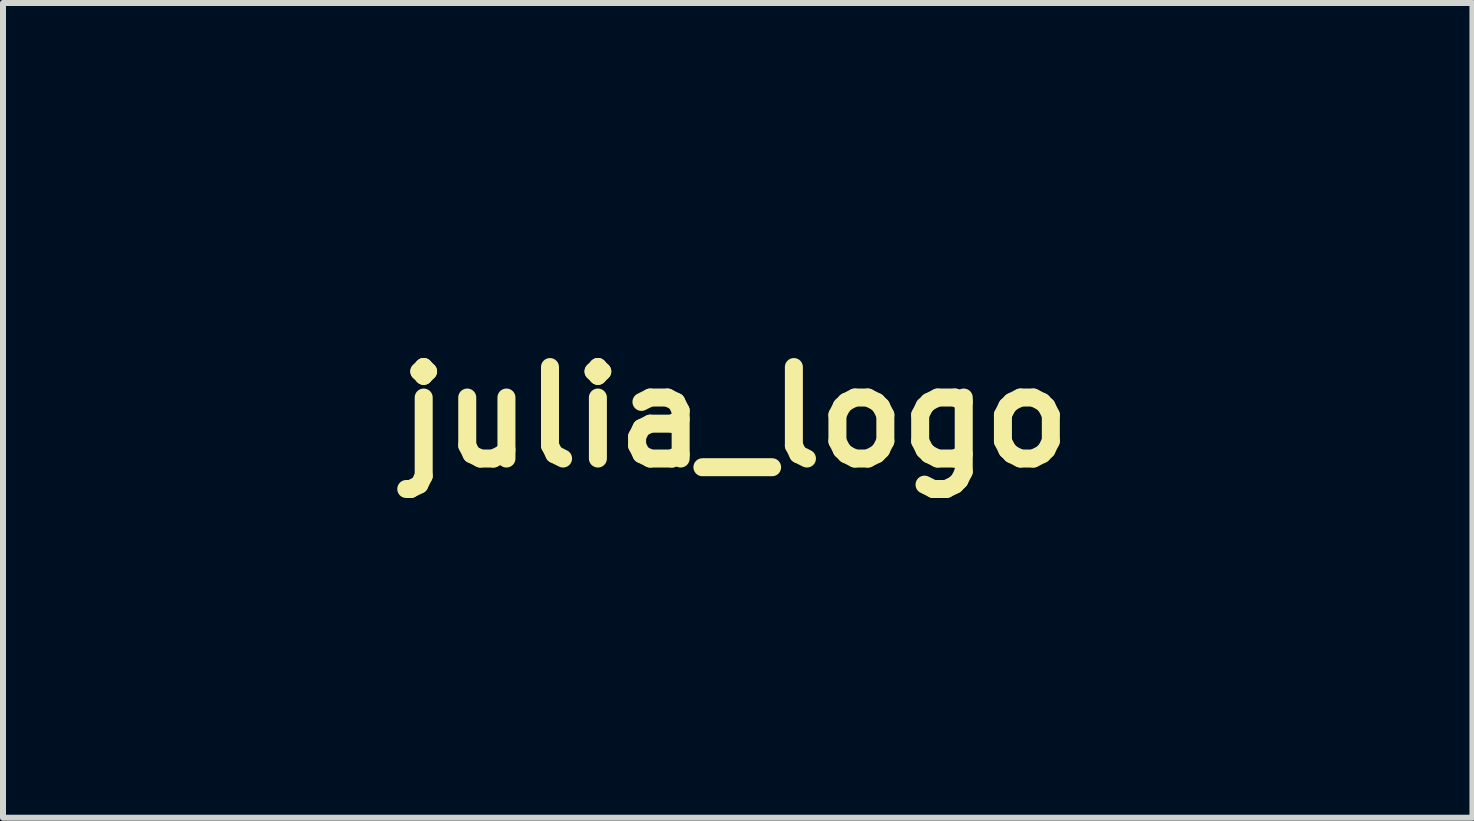
<source format=kicad_pcb>
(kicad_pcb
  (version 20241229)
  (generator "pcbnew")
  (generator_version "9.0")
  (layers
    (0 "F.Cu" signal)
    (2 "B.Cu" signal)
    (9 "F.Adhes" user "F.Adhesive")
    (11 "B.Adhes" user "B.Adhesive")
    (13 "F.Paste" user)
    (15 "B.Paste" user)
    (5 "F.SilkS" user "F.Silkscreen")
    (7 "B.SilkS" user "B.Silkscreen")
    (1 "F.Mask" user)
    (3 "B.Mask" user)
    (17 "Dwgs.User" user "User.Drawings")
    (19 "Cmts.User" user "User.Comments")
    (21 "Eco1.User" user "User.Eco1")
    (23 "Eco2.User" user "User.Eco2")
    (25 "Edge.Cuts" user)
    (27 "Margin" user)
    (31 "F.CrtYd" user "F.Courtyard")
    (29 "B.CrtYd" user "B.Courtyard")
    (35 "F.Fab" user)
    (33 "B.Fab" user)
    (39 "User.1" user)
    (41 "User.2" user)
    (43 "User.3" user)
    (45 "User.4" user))
  (footprint "julia_logo"
    (layer "F.Cu")
    (at 9.199 3.901)
    (property "Reference" "julia_logo" (at 0 0 0) (layer "F.SilkS") (effects (font (size 1.524 1.524) (thickness 0.3))))
    (attr through_hole)
    (fp_poly (pts (xy 4.298 1.749) (xy 4.289 1.758) (xy 4.279 1.749) (xy 4.289 1.739) (xy 4.298 1.749)) (stroke (width 0.01) (type solid)) (fill yes) (layer "F.Mask"))
    (fp_poly (pts (xy -7.873 -2.991) (xy -7.835 -2.976) (xy -7.758 -2.916) (xy -7.705 -2.836) (xy -7.679 -2.744) (xy -7.685 -2.65) (xy -7.704 -2.599) (xy -7.757 -2.534) (xy -7.834 -2.487) (xy -7.923 -2.464) (xy -8.011 -2.47) (xy -8.03 -2.476) (xy -8.081 -2.507) (xy -8.135 -2.559) (xy -8.177 -2.618) (xy -8.179 -2.622) (xy -8.205 -2.709) (xy -8.199 -2.794) (xy -8.165 -2.871) (xy -8.11 -2.935) (xy -8.039 -2.981) (xy -7.958 -3.001) (xy -7.873 -2.991)) (stroke (width 0.01) (type solid)) (fill yes) (layer "F.Mask"))
    (fp_poly (pts (xy -7.859 2.174) (xy -7.798 2.206) (xy -7.741 2.263) (xy -7.694 2.34) (xy -7.665 2.421) (xy -7.66 2.461) (xy -7.673 2.529) (xy -7.707 2.604) (xy -7.755 2.669) (xy -7.794 2.702) (xy -7.874 2.729) (xy -7.967 2.733) (xy -8.055 2.711) (xy -8.084 2.696) (xy -8.163 2.627) (xy -8.211 2.535) (xy -8.226 2.438) (xy -8.217 2.346) (xy -8.187 2.276) (xy -8.13 2.215) (xy -8.122 2.208) (xy -8.044 2.168) (xy -7.952 2.157) (xy -7.859 2.174)) (stroke (width 0.01) (type solid)) (fill yes) (layer "F.Mask"))
    (fp_poly (pts (xy 8.198 -3.014) (xy 8.204 -3.012) (xy 8.292 -2.968) (xy 8.355 -2.903) (xy 8.391 -2.823) (xy 8.401 -2.737) (xy 8.381 -2.652) (xy 8.333 -2.576) (xy 8.265 -2.523) (xy 8.186 -2.494) (xy 8.097 -2.483) (xy 8.017 -2.493) (xy 8.011 -2.495) (xy 7.96 -2.527) (xy 7.906 -2.579) (xy 7.864 -2.638) (xy 7.862 -2.642) (xy 7.835 -2.73) (xy 7.842 -2.816) (xy 7.877 -2.894) (xy 7.936 -2.958) (xy 8.012 -3.004) (xy 8.102 -3.024) (xy 8.198 -3.014)) (stroke (width 0.01) (type solid)) (fill yes) (layer "F.Mask"))
    (fp_poly (pts (xy 8.163 2.129) (xy 8.233 2.162) (xy 8.304 2.22) (xy 8.363 2.291) (xy 8.38 2.319) (xy 8.399 2.395) (xy 8.393 2.483) (xy 8.364 2.57) (xy 8.318 2.643) (xy 8.264 2.687) (xy 8.178 2.717) (xy 8.087 2.725) (xy 8.022 2.716) (xy 7.973 2.691) (xy 7.917 2.65) (xy 7.9 2.634) (xy 7.839 2.553) (xy 7.81 2.464) (xy 7.809 2.374) (xy 7.834 2.289) (xy 7.881 2.215) (xy 7.947 2.158) (xy 8.029 2.124) (xy 8.123 2.121) (xy 8.163 2.129)) (stroke (width 0.01) (type solid)) (fill yes) (layer "F.Mask"))
    (fp_poly (pts (xy 1.495 -1.371) (xy 1.616 -1.324) (xy 1.713 -1.246) (xy 1.785 -1.139) (xy 1.83 -1.003) (xy 1.837 -0.967) (xy 1.846 -0.877) (xy 1.84 -0.815) (xy 1.819 -0.784) (xy 1.807 -0.782) (xy 1.784 -0.765) (xy 1.76 -0.726) (xy 1.759 -0.724) (xy 1.71 -0.646) (xy 1.636 -0.57) (xy 1.546 -0.507) (xy 1.517 -0.492) (xy 1.396 -0.456) (xy 1.27 -0.457) (xy 1.182 -0.481) (xy 1.12 -0.503) (xy 1.065 -0.519) (xy 1.055 -0.522) (xy 0.976 -0.558) (xy 0.911 -0.626) (xy 0.864 -0.721) (xy 0.837 -0.836) (xy 0.833 -0.908) (xy 0.835 -0.992) (xy 0.847 -1.056) (xy 0.872 -1.118) (xy 0.89 -1.152) (xy 0.957 -1.25) (xy 1.04 -1.32) (xy 1.144 -1.364) (xy 1.275 -1.385) (xy 1.351 -1.387) (xy 1.495 -1.371)) (stroke (width 0.01) (type solid)) (fill yes) (layer "F.Mask"))
    (fp_poly (pts (xy 1.76 -0.313) (xy 1.764 -0.28) (xy 1.768 -0.215) (xy 1.771 -0.122) (xy 1.773 -0.007) (xy 1.775 0.124) (xy 1.776 0.254) (xy 1.777 0.395) (xy 1.779 0.567) (xy 1.782 0.762) (xy 1.786 0.97) (xy 1.79 1.184) (xy 1.794 1.395) (xy 1.799 1.583) (xy 1.819 2.393) (xy 1.777 2.427) (xy 1.759 2.439) (xy 1.734 2.447) (xy 1.697 2.453) (xy 1.642 2.457) (xy 1.563 2.458) (xy 1.456 2.458) (xy 1.333 2.457) (xy 1.195 2.455) (xy 1.091 2.452) (xy 1.014 2.449) (xy 0.961 2.443) (xy 0.925 2.436) (xy 0.9 2.426) (xy 0.887 2.417) (xy 0.868 2.4) (xy 0.855 2.379) (xy 0.849 2.347) (xy 0.847 2.295) (xy 0.848 2.216) (xy 0.85 2.163) (xy 0.851 2.103) (xy 0.853 2.008) (xy 0.854 1.882) (xy 0.856 1.731) (xy 0.857 1.557) (xy 0.858 1.367) (xy 0.859 1.164) (xy 0.86 0.952) (xy 0.86 0.805) (xy 0.861 0.552) (xy 0.862 0.336) (xy 0.863 0.154) (xy 0.865 0.005) (xy 0.868 -0.115) (xy 0.871 -0.206) (xy 0.874 -0.273) (xy 0.878 -0.316) (xy 0.883 -0.339) (xy 0.886 -0.344) (xy 0.912 -0.346) (xy 0.971 -0.349) (xy 1.057 -0.352) (xy 1.163 -0.355) (xy 1.285 -0.357) (xy 1.328 -0.357) (xy 1.747 -0.361) (xy 1.76 -0.313)) (stroke (width 0.01) (type solid)) (fill yes) (layer "F.Mask"))
    (fp_poly (pts (xy -0.054 -1.408) (xy 0.058 -1.406) (xy 0.161 -1.403) (xy 0.247 -1.399) (xy 0.309 -1.393) (xy 0.342 -1.385) (xy 0.344 -1.383) (xy 0.35 -1.372) (xy 0.355 -1.357) (xy 0.359 -1.334) (xy 0.361 -1.299) (xy 0.363 -1.249) (xy 0.365 -1.179) (xy 0.365 -1.086) (xy 0.365 -0.965) (xy 0.365 -0.813) (xy 0.364 -0.626) (xy 0.364 -0.625) (xy 0.364 -0.484) (xy 0.363 -0.31) (xy 0.363 -0.109) (xy 0.362 0.112) (xy 0.362 0.348) (xy 0.362 0.592) (xy 0.362 0.838) (xy 0.361 1.08) (xy 0.361 1.206) (xy 0.361 2.402) (xy 0.318 2.433) (xy 0.297 2.444) (xy 0.264 2.451) (xy 0.216 2.457) (xy 0.146 2.46) (xy 0.048 2.46) (xy -0.083 2.46) (xy -0.102 2.46) (xy -0.478 2.456) (xy -0.53 2.403) (xy -0.566 2.358) (xy -0.577 2.311) (xy -0.575 2.275) (xy -0.574 2.244) (xy -0.572 2.177) (xy -0.571 2.077) (xy -0.569 1.947) (xy -0.568 1.789) (xy -0.566 1.607) (xy -0.565 1.403) (xy -0.563 1.18) (xy -0.562 0.941) (xy -0.561 0.69) (xy -0.56 0.428) (xy -0.56 0.418) (xy -0.558 0.157) (xy -0.557 -0.093) (xy -0.555 -0.329) (xy -0.554 -0.548) (xy -0.552 -0.748) (xy -0.55 -0.925) (xy -0.547 -1.078) (xy -0.545 -1.203) (xy -0.543 -1.298) (xy -0.541 -1.359) (xy -0.539 -1.384) (xy -0.539 -1.385) (xy -0.515 -1.393) (xy -0.459 -1.399) (xy -0.378 -1.403) (xy -0.279 -1.406) (xy -0.169 -1.408) (xy -0.054 -1.408)) (stroke (width 0.01) (type solid)) (fill yes) (layer "F.Mask"))
    (fp_poly (pts (xy -1.273 -0.454) (xy -1.194 -0.45) (xy -1.14 -0.445) (xy -1.119 -0.438) (xy -1.106 -0.423) (xy -1.095 -0.405) (xy -1.085 -0.382) (xy -1.078 -0.35) (xy -1.071 -0.306) (xy -1.066 -0.248) (xy -1.062 -0.172) (xy -1.06 -0.075) (xy -1.057 0.045) (xy -1.056 0.193) (xy -1.055 0.37) (xy -1.054 0.581) (xy -1.054 0.827) (xy -1.054 0.833) (xy -1.053 1.118) (xy -1.053 1.367) (xy -1.052 1.581) (xy -1.052 1.764) (xy -1.052 1.918) (xy -1.052 2.046) (xy -1.053 2.15) (xy -1.054 2.232) (xy -1.056 2.296) (xy -1.058 2.344) (xy -1.06 2.378) (xy -1.064 2.401) (xy -1.068 2.415) (xy -1.072 2.423) (xy -1.078 2.427) (xy -1.084 2.431) (xy -1.089 2.434) (xy -1.121 2.444) (xy -1.185 2.452) (xy -1.273 2.457) (xy -1.377 2.461) (xy -1.491 2.463) (xy -1.605 2.462) (xy -1.714 2.459) (xy -1.809 2.455) (xy -1.884 2.448) (xy -1.929 2.439) (xy -1.934 2.437) (xy -1.964 2.416) (xy -1.981 2.382) (xy -1.992 2.325) (xy -1.995 2.299) (xy -2.004 2.236) (xy -2.013 2.19) (xy -2.02 2.174) (xy -2.043 2.173) (xy -2.09 2.193) (xy -2.164 2.236) (xy -2.26 2.299) (xy -2.4 2.373) (xy -2.563 2.425) (xy -2.735 2.453) (xy -2.907 2.454) (xy -3.038 2.434) (xy -3.208 2.375) (xy -3.355 2.285) (xy -3.478 2.164) (xy -3.577 2.012) (xy -3.631 1.89) (xy -3.654 1.822) (xy -3.669 1.764) (xy -3.673 1.735) (xy -3.686 1.686) (xy -3.703 1.661) (xy -3.709 1.65) (xy -3.714 1.63) (xy -3.719 1.599) (xy -3.722 1.553) (xy -3.724 1.489) (xy -3.725 1.404) (xy -3.725 1.294) (xy -3.724 1.158) (xy -3.722 0.99) (xy -3.719 0.789) (xy -3.717 0.638) (xy -3.714 0.428) (xy -3.713 0.236) (xy -3.712 0.066) (xy -3.712 -0.079) (xy -3.712 -0.197) (xy -3.714 -0.285) (xy -3.717 -0.339) (xy -3.72 -0.358) (xy -3.725 -0.376) (xy -3.714 -0.406) (xy -3.706 -0.421) (xy -3.693 -0.431) (xy -3.671 -0.439) (xy -3.636 -0.444) (xy -3.581 -0.447) (xy -3.501 -0.449) (xy -3.391 -0.449) (xy -3.282 -0.449) (xy -3.133 -0.449) (xy -3.018 -0.448) (xy -2.934 -0.442) (xy -2.874 -0.43) (xy -2.834 -0.41) (xy -2.811 -0.378) (xy -2.798 -0.332) (xy -2.791 -0.27) (xy -2.786 -0.192) (xy -2.783 -0.128) (xy -2.78 -0.03) (xy -2.777 0.094) (xy -2.773 0.237) (xy -2.77 0.395) (xy -2.768 0.56) (xy -2.766 0.645) (xy -2.763 0.858) (xy -2.759 1.036) (xy -2.752 1.182) (xy -2.743 1.3) (xy -2.73 1.393) (xy -2.712 1.464) (xy -2.689 1.518) (xy -2.66 1.558) (xy -2.625 1.587) (xy -2.581 1.61) (xy -2.54 1.625) (xy -2.471 1.645) (xy -2.407 1.651) (xy -2.335 1.643) (xy -2.245 1.622) (xy -2.196 1.607) (xy -2.113 1.579) (xy -2.058 1.55) (xy -2.025 1.51) (xy -2.008 1.451) (xy -2.001 1.364) (xy -2 1.336) (xy -1.995 1.228) (xy -1.99 1.106) (xy -1.985 0.995) (xy -1.984 0.987) (xy -1.982 0.922) (xy -1.98 0.825) (xy -1.978 0.702) (xy -1.976 0.56) (xy -1.975 0.406) (xy -1.974 0.246) (xy -1.974 0.205) (xy -1.973 0.054) (xy -1.972 -0.084) (xy -1.969 -0.205) (xy -1.967 -0.305) (xy -1.963 -0.377) (xy -1.96 -0.417) (xy -1.958 -0.424) (xy -1.934 -0.432) (xy -1.879 -0.439) (xy -1.798 -0.445) (xy -1.7 -0.45) (xy -1.591 -0.453) (xy -1.479 -0.455) (xy -1.371 -0.455) (xy -1.273 -0.454)) (stroke (width 0.01) (type solid)) (fill yes) (layer "F.Mask"))
    (fp_poly (pts (xy -4.937 -2.506) (xy -4.716 -2.505) (xy -4.509 -2.505) (xy -4.32 -2.504) (xy -4.152 -2.502) (xy -4.008 -2.501) (xy -3.891 -2.499) (xy -3.804 -2.498) (xy -3.75 -2.496) (xy -3.732 -2.494) (xy -3.732 -2.466) (xy -3.732 -2.446) (xy -3.746 -2.418) (xy -3.786 -2.374) (xy -3.843 -2.32) (xy -3.867 -2.3) (xy -3.97 -2.203) (xy -4.062 -2.094) (xy -4.135 -1.983) (xy -4.182 -1.879) (xy -4.185 -1.869) (xy -4.206 -1.813) (xy -4.23 -1.773) (xy -4.237 -1.766) (xy -4.242 -1.758) (xy -4.247 -1.739) (xy -4.251 -1.707) (xy -4.254 -1.66) (xy -4.257 -1.596) (xy -4.26 -1.511) (xy -4.262 -1.404) (xy -4.264 -1.271) (xy -4.265 -1.112) (xy -4.266 -0.922) (xy -4.268 -0.7) (xy -4.268 -0.443) (xy -4.269 -0.233) (xy -4.273 1.28) (xy -4.326 1.436) (xy -4.372 1.55) (xy -4.419 1.627) (xy -4.436 1.645) (xy -4.473 1.687) (xy -4.493 1.724) (xy -4.494 1.731) (xy -4.507 1.759) (xy -4.543 1.805) (xy -4.595 1.862) (xy -4.626 1.893) (xy -4.689 1.956) (xy -4.746 2.014) (xy -4.787 2.059) (xy -4.798 2.071) (xy -4.876 2.15) (xy -4.952 2.203) (xy -4.997 2.219) (xy -5.055 2.236) (xy -5.109 2.257) (xy -5.295 2.328) (xy -5.49 2.386) (xy -5.572 2.401) (xy -5.686 2.414) (xy -5.826 2.424) (xy -5.983 2.43) (xy -6.153 2.434) (xy -6.327 2.434) (xy -6.499 2.43) (xy -6.662 2.423) (xy -6.809 2.413) (xy -6.829 2.411) (xy -6.93 2.401) (xy -7.02 2.395) (xy -7.09 2.391) (xy -7.131 2.391) (xy -7.136 2.392) (xy -7.165 2.386) (xy -7.171 2.372) (xy -7.187 2.35) (xy -7.21 2.345) (xy -7.238 2.335) (xy -7.248 2.301) (xy -7.249 2.286) (xy -7.253 2.245) (xy -7.263 2.227) (xy -7.263 2.227) (xy -7.27 2.21) (xy -7.274 2.168) (xy -7.276 2.115) (xy -7.275 2.065) (xy -7.27 2.032) (xy -7.268 2.008) (xy -7.264 1.953) (xy -7.259 1.875) (xy -7.254 1.782) (xy -7.249 1.682) (xy -7.245 1.584) (xy -7.242 1.496) (xy -7.241 1.489) (xy -7.235 1.403) (xy -7.225 1.338) (xy -7.211 1.3) (xy -7.195 1.293) (xy -7.179 1.32) (xy -7.179 1.32) (xy -7.154 1.385) (xy -7.128 1.43) (xy -7.108 1.446) (xy -7.103 1.432) (xy -7.113 1.405) (xy -7.126 1.369) (xy -7.123 1.353) (xy -7.101 1.354) (xy -7.05 1.365) (xy -6.978 1.384) (xy -6.912 1.404) (xy -6.76 1.445) (xy -6.616 1.47) (xy -6.468 1.48) (xy -6.304 1.475) (xy -6.175 1.464) (xy -5.93 1.438) (xy -5.824 1.339) (xy -5.738 1.243) (xy -5.669 1.129) (xy -5.653 1.096) (xy -5.624 1.031) (xy -5.604 0.973) (xy -5.59 0.912) (xy -5.58 0.838) (xy -5.571 0.739) (xy -5.568 0.695) (xy -5.565 0.624) (xy -5.561 0.524) (xy -5.558 0.399) (xy -5.555 0.254) (xy -5.553 0.093) (xy -5.55 -0.08) (xy -5.549 -0.261) (xy -5.547 -0.445) (xy -5.546 -0.628) (xy -5.546 -0.806) (xy -5.546 -0.975) (xy -5.546 -1.13) (xy -5.547 -1.268) (xy -5.549 -1.384) (xy -5.551 -1.474) (xy -5.554 -1.533) (xy -5.557 -1.558) (xy -5.557 -1.558) (xy -5.58 -1.562) (xy -5.636 -1.566) (xy -5.721 -1.569) (xy -5.829 -1.571) (xy -5.955 -1.572) (xy -6.08 -1.573) (xy -6.588 -1.573) (xy -6.627 -1.621) (xy -6.655 -1.673) (xy -6.656 -1.735) (xy -6.655 -1.738) (xy -6.651 -1.781) (xy -6.648 -1.855) (xy -6.645 -1.95) (xy -6.643 -2.06) (xy -6.643 -2.13) (xy -6.642 -2.239) (xy -6.639 -2.336) (xy -6.635 -2.414) (xy -6.63 -2.464) (xy -6.626 -2.479) (xy -6.617 -2.484) (xy -6.596 -2.488) (xy -6.559 -2.492) (xy -6.506 -2.495) (xy -6.433 -2.498) (xy -6.338 -2.5) (xy -6.218 -2.502) (xy -6.071 -2.503) (xy -5.895 -2.504) (xy -5.687 -2.505) (xy -5.445 -2.505) (xy -5.17 -2.506) (xy -4.937 -2.506)) (stroke (width 0.01) (type solid)) (fill yes) (layer "F.Mask"))
    (fp_poly (pts (xy 5.314 -2.613) (xy 5.416 -2.608) (xy 5.493 -2.6) (xy 5.532 -2.59) (xy 5.603 -2.57) (xy 5.678 -2.56) (xy 5.687 -2.56) (xy 5.748 -2.551) (xy 5.834 -2.527) (xy 5.937 -2.492) (xy 6.046 -2.449) (xy 6.153 -2.401) (xy 6.243 -2.355) (xy 6.314 -2.311) (xy 6.4 -2.253) (xy 6.485 -2.191) (xy 6.507 -2.174) (xy 6.584 -2.115) (xy 6.664 -2.059) (xy 6.731 -2.014) (xy 6.749 -2.004) (xy 6.836 -1.943) (xy 6.935 -1.858) (xy 7.036 -1.757) (xy 7.131 -1.649) (xy 7.212 -1.543) (xy 7.264 -1.461) (xy 7.301 -1.391) (xy 7.33 -1.331) (xy 7.345 -1.293) (xy 7.347 -1.286) (xy 7.354 -1.255) (xy 7.373 -1.202) (xy 7.396 -1.143) (xy 7.441 -1.011) (xy 7.481 -0.847) (xy 7.513 -0.657) (xy 7.538 -0.448) (xy 7.553 -0.226) (xy 7.554 -0.205) (xy 7.556 -0.023) (xy 7.546 0.164) (xy 7.527 0.345) (xy 7.499 0.51) (xy 7.465 0.642) (xy 7.444 0.712) (xy 7.43 0.772) (xy 7.425 0.806) (xy 7.417 0.848) (xy 7.398 0.904) (xy 7.394 0.915) (xy 7.365 0.982) (xy 7.337 1.047) (xy 7.335 1.051) (xy 7.316 1.101) (xy 7.307 1.139) (xy 7.307 1.141) (xy 7.294 1.175) (xy 7.279 1.191) (xy 7.255 1.226) (xy 7.239 1.271) (xy 7.225 1.312) (xy 7.208 1.329) (xy 7.208 1.329) (xy 7.192 1.344) (xy 7.19 1.357) (xy 7.175 1.388) (xy 7.14 1.419) (xy 7.124 1.428) (xy 7.101 1.435) (xy 7.067 1.44) (xy 7.02 1.445) (xy 6.954 1.448) (xy 6.867 1.45) (xy 6.753 1.452) (xy 6.61 1.453) (xy 6.434 1.454) (xy 6.338 1.454) (xy 5.587 1.456) (xy 5.556 1.373) (xy 5.532 1.323) (xy 5.507 1.293) (xy 5.498 1.29) (xy 5.467 1.297) (xy 5.414 1.317) (xy 5.369 1.337) (xy 5.225 1.395) (xy 5.083 1.437) (xy 4.953 1.461) (xy 4.885 1.465) (xy 4.821 1.469) (xy 4.774 1.477) (xy 4.757 1.486) (xy 4.73 1.497) (xy 4.675 1.497) (xy 4.601 1.488) (xy 4.517 1.471) (xy 4.433 1.448) (xy 4.417 1.443) (xy 4.26 1.371) (xy 4.114 1.265) (xy 4.018 1.172) (xy 3.898 1.021) (xy 3.801 0.852) (xy 3.726 0.661) (xy 3.673 0.444) (xy 3.639 0.199) (xy 3.625 -0.016) (xy 3.622 -0.129) (xy 4.443 -0.129) (xy 4.444 0.009) (xy 4.454 0.15) (xy 4.471 0.284) (xy 4.494 0.405) (xy 4.523 0.505) (xy 4.556 0.575) (xy 4.566 0.588) (xy 4.587 0.619) (xy 4.592 0.632) (xy 4.608 0.664) (xy 4.653 0.705) (xy 4.717 0.749) (xy 4.759 0.772) (xy 4.823 0.798) (xy 4.887 0.811) (xy 4.961 0.809) (xy 5.056 0.793) (xy 5.124 0.777) (xy 5.181 0.761) (xy 5.222 0.739) (xy 5.255 0.705) (xy 5.287 0.651) (xy 5.325 0.568) (xy 5.333 0.552) (xy 5.375 0.423) (xy 5.406 0.264) (xy 5.426 0.081) (xy 5.434 -0.12) (xy 5.43 -0.332) (xy 5.414 -0.549) (xy 5.385 -0.763) (xy 5.382 -0.782) (xy 5.37 -0.826) (xy 5.346 -0.854) (xy 5.299 -0.876) (xy 5.279 -0.883) (xy 5.193 -0.907) (xy 5.092 -0.924) (xy 4.992 -0.933) (xy 4.905 -0.933) (xy 4.865 -0.928) (xy 4.81 -0.902) (xy 4.739 -0.848) (xy 4.68 -0.792) (xy 4.605 -0.709) (xy 4.55 -0.624) (xy 4.508 -0.524) (xy 4.473 -0.4) (xy 4.467 -0.37) (xy 4.45 -0.258) (xy 4.443 -0.129) (xy 3.622 -0.129) (xy 3.622 -0.131) (xy 3.623 -0.218) (xy 3.629 -0.291) (xy 3.64 -0.363) (xy 3.659 -0.444) (xy 3.664 -0.462) (xy 3.731 -0.675) (xy 3.819 -0.869) (xy 3.924 -1.043) (xy 4.045 -1.192) (xy 4.178 -1.313) (xy 4.32 -1.404) (xy 4.469 -1.461) (xy 4.581 -1.479) (xy 4.671 -1.484) (xy 4.778 -1.487) (xy 4.894 -1.487) (xy 5.013 -1.486) (xy 5.127 -1.483) (xy 5.231 -1.479) (xy 5.316 -1.473) (xy 5.376 -1.467) (xy 5.405 -1.459) (xy 5.406 -1.459) (xy 5.428 -1.46) (xy 5.454 -1.478) (xy 5.484 -1.497) (xy 5.52 -1.499) (xy 5.573 -1.488) (xy 5.637 -1.476) (xy 5.719 -1.467) (xy 5.81 -1.461) (xy 5.902 -1.459) (xy 5.986 -1.459) (xy 6.053 -1.464) (xy 6.095 -1.472) (xy 6.104 -1.479) (xy 6.13 -1.502) (xy 6.168 -1.5) (xy 6.205 -1.476) (xy 6.216 -1.46) (xy 6.221 -1.431) (xy 6.226 -1.365) (xy 6.23 -1.265) (xy 6.233 -1.135) (xy 6.235 -0.976) (xy 6.237 -0.791) (xy 6.238 -0.584) (xy 6.238 -0.356) (xy 6.237 -0.111) (xy 6.235 0.149) (xy 6.232 0.422) (xy 6.232 0.479) (xy 6.232 0.571) (xy 6.233 0.665) (xy 6.236 0.741) (xy 6.236 0.742) (xy 6.243 0.85) (xy 6.431 0.85) (xy 6.511 0.849) (xy 6.572 0.845) (xy 6.606 0.84) (xy 6.611 0.836) (xy 6.616 0.821) (xy 6.622 0.821) (xy 6.632 0.805) (xy 6.625 0.775) (xy 6.619 0.731) (xy 6.633 0.67) (xy 6.651 0.622) (xy 6.673 0.561) (xy 6.686 0.513) (xy 6.687 0.492) (xy 6.692 0.471) (xy 6.7 0.469) (xy 6.716 0.452) (xy 6.721 0.422) (xy 6.728 0.383) (xy 6.741 0.368) (xy 6.75 0.347) (xy 6.76 0.294) (xy 6.771 0.218) (xy 6.781 0.126) (xy 6.79 0.025) (xy 6.797 -0.077) (xy 6.802 -0.172) (xy 6.803 -0.253) (xy 6.803 -0.274) (xy 6.795 -0.394) (xy 6.78 -0.522) (xy 6.758 -0.651) (xy 6.733 -0.774) (xy 6.704 -0.887) (xy 6.674 -0.983) (xy 6.643 -1.057) (xy 6.614 -1.102) (xy 6.593 -1.114) (xy 6.568 -1.129) (xy 6.565 -1.143) (xy 6.553 -1.191) (xy 6.52 -1.259) (xy 6.473 -1.339) (xy 6.417 -1.421) (xy 6.357 -1.497) (xy 6.309 -1.548) (xy 6.253 -1.6) (xy 6.206 -1.64) (xy 6.176 -1.66) (xy 6.172 -1.661) (xy 6.146 -1.671) (xy 6.097 -1.698) (xy 6.037 -1.736) (xy 6.033 -1.739) (xy 5.973 -1.777) (xy 5.925 -1.805) (xy 5.899 -1.817) (xy 5.898 -1.817) (xy 5.868 -1.826) (xy 5.847 -1.836) (xy 5.785 -1.863) (xy 5.693 -1.893) (xy 5.579 -1.924) (xy 5.45 -1.955) (xy 5.443 -1.956) (xy 5.273 -1.982) (xy 5.088 -1.993) (xy 4.902 -1.99) (xy 4.729 -1.972) (xy 4.629 -1.952) (xy 4.393 -1.875) (xy 4.168 -1.767) (xy 3.959 -1.631) (xy 3.771 -1.472) (xy 3.61 -1.292) (xy 3.479 -1.097) (xy 3.45 -1.041) (xy 3.42 -0.986) (xy 3.394 -0.947) (xy 3.383 -0.935) (xy 3.365 -0.912) (xy 3.34 -0.86) (xy 3.311 -0.787) (xy 3.283 -0.703) (xy 3.256 -0.616) (xy 3.236 -0.534) (xy 3.235 -0.529) (xy 3.203 -0.308) (xy 3.192 -0.071) (xy 3.203 0.17) (xy 3.235 0.403) (xy 3.286 0.615) (xy 3.292 0.634) (xy 3.335 0.748) (xy 3.392 0.874) (xy 3.455 0.999) (xy 3.518 1.107) (xy 3.547 1.15) (xy 3.642 1.267) (xy 3.757 1.386) (xy 3.884 1.499) (xy 4.011 1.596) (xy 4.131 1.67) (xy 4.153 1.681) (xy 4.201 1.707) (xy 4.226 1.727) (xy 4.225 1.734) (xy 4.192 1.732) (xy 4.164 1.721) (xy 4.123 1.702) (xy 4.105 1.706) (xy 4.103 1.718) (xy 4.12 1.734) (xy 4.168 1.758) (xy 4.236 1.787) (xy 4.319 1.818) (xy 4.408 1.848) (xy 4.495 1.875) (xy 4.548 1.889) (xy 4.651 1.906) (xy 4.784 1.917) (xy 4.938 1.922) (xy 5.103 1.92) (xy 5.271 1.913) (xy 5.432 1.9) (xy 5.578 1.882) (xy 5.666 1.866) (xy 5.71 1.858) (xy 5.777 1.846) (xy 5.855 1.834) (xy 5.859 1.834) (xy 5.935 1.823) (xy 5.982 1.821) (xy 6.008 1.828) (xy 6.02 1.839) (xy 6.034 1.852) (xy 6.037 1.844) (xy 6.049 1.815) (xy 6.072 1.783) (xy 6.102 1.756) (xy 6.129 1.76) (xy 6.141 1.767) (xy 6.153 1.781) (xy 6.163 1.805) (xy 6.169 1.844) (xy 6.172 1.905) (xy 6.174 1.994) (xy 6.174 2.097) (xy 6.174 2.402) (xy 6.116 2.432) (xy 6.065 2.452) (xy 5.989 2.471) (xy 5.886 2.488) (xy 5.751 2.506) (xy 5.598 2.521) (xy 5.502 2.528) (xy 5.383 2.533) (xy 5.247 2.536) (xy 5.101 2.537) (xy 4.951 2.536) (xy 4.804 2.534) (xy 4.667 2.53) (xy 4.546 2.525) (xy 4.449 2.518) (xy 4.38 2.51) (xy 4.36 2.505) (xy 4.202 2.46) (xy 4.07 2.417) (xy 3.954 2.371) (xy 3.842 2.318) (xy 3.722 2.252) (xy 3.662 2.217) (xy 3.551 2.148) (xy 3.452 2.075) (xy 3.354 1.991) (xy 3.245 1.887) (xy 3.22 1.861) (xy 3.164 1.806) (xy 3.118 1.764) (xy 3.089 1.741) (xy 3.084 1.739) (xy 3.054 1.722) (xy 3.012 1.675) (xy 2.961 1.604) (xy 2.903 1.514) (xy 2.842 1.41) (xy 2.781 1.298) (xy 2.724 1.184) (xy 2.675 1.073) (xy 2.664 1.048) (xy 2.58 0.815) (xy 2.519 0.593) (xy 2.48 0.368) (xy 2.46 0.127) (xy 2.455 -0.049) (xy 2.462 -0.301) (xy 2.482 -0.52) (xy 2.517 -0.712) (xy 2.551 -0.831) (xy 2.573 -0.906) (xy 2.589 -0.969) (xy 2.595 -1.009) (xy 2.595 -1.014) (xy 2.598 -1.053) (xy 2.617 -1.112) (xy 2.656 -1.194) (xy 2.714 -1.302) (xy 2.751 -1.368) (xy 2.847 -1.521) (xy 2.951 -1.669) (xy 3.061 -1.807) (xy 3.171 -1.931) (xy 3.279 -2.037) (xy 3.379 -2.12) (xy 3.469 -2.175) (xy 3.524 -2.196) (xy 3.569 -2.215) (xy 3.63 -2.25) (xy 3.68 -2.284) (xy 3.755 -2.337) (xy 3.811 -2.371) (xy 3.862 -2.392) (xy 3.92 -2.405) (xy 3.981 -2.413) (xy 4.08 -2.432) (xy 4.158 -2.464) (xy 4.168 -2.471) (xy 4.229 -2.5) (xy 4.303 -2.522) (xy 4.329 -2.526) (xy 4.407 -2.54) (xy 4.494 -2.56) (xy 4.533 -2.571) (xy 4.598 -2.584) (xy 4.692 -2.596) (xy 4.806 -2.605) (xy 4.932 -2.611) (xy 5.064 -2.615) (xy 5.194 -2.616) (xy 5.314 -2.613)) (stroke (width 0.01) (type solid)) (fill yes) (layer "F.Mask"))
    (fp_poly (pts (xy 6.93 -3.896) (xy 7.109 -3.896) (xy 7.19 -3.895) (xy 7.374 -3.894) (xy 7.562 -3.892) (xy 7.746 -3.89) (xy 7.918 -3.888) (xy 8.072 -3.886) (xy 8.2 -3.884) (xy 8.272 -3.883) (xy 8.622 -3.876) (xy 8.667 -3.823) (xy 8.701 -3.767) (xy 8.723 -3.701) (xy 8.724 -3.698) (xy 8.753 -3.53) (xy 8.785 -3.396) (xy 8.823 -3.289) (xy 8.87 -3.206) (xy 8.928 -3.14) (xy 9.002 -3.086) (xy 9.072 -3.048) (xy 9.162 -2.992) (xy 9.222 -2.921) (xy 9.257 -2.828) (xy 9.269 -2.751) (xy 9.272 -2.704) (xy 9.274 -2.621) (xy 9.276 -2.502) (xy 9.278 -2.349) (xy 9.279 -2.165) (xy 9.28 -1.95) (xy 9.281 -1.707) (xy 9.281 -1.437) (xy 9.281 -1.143) (xy 9.281 -0.825) (xy 9.281 -0.487) (xy 9.28 -0.128) (xy 9.278 0.247) (xy 9.277 0.639) (xy 9.275 1.045) (xy 9.274 1.205) (xy 9.272 1.476) (xy 9.271 1.711) (xy 9.269 1.913) (xy 9.268 2.084) (xy 9.266 2.226) (xy 9.264 2.344) (xy 9.262 2.439) (xy 9.259 2.514) (xy 9.256 2.573) (xy 9.252 2.617) (xy 9.247 2.65) (xy 9.242 2.675) (xy 9.236 2.693) (xy 9.229 2.708) (xy 9.188 2.767) (xy 9.146 2.788) (xy 9.097 2.802) (xy 9.072 2.816) (xy 9.051 2.828) (xy 9.046 2.824) (xy 9.035 2.818) (xy 9.007 2.836) (xy 8.966 2.873) (xy 8.92 2.924) (xy 8.873 2.983) (xy 8.839 3.032) (xy 8.796 3.102) (xy 8.77 3.154) (xy 8.758 3.202) (xy 8.755 3.259) (xy 8.755 3.288) (xy 8.748 3.405) (xy 8.725 3.499) (xy 8.687 3.564) (xy 8.656 3.589) (xy 8.635 3.594) (xy 8.597 3.599) (xy 8.537 3.603) (xy 8.454 3.606) (xy 8.346 3.609) (xy 8.209 3.611) (xy 8.043 3.612) (xy 7.843 3.613) (xy 7.608 3.614) (xy 7.425 3.614) (xy 7.294 3.614) (xy 7.126 3.615) (xy 6.925 3.615) (xy 6.69 3.615) (xy 6.427 3.616) (xy 6.135 3.616) (xy 5.818 3.617) (xy 5.479 3.617) (xy 5.118 3.618) (xy 4.74 3.619) (xy 4.345 3.619) (xy 3.937 3.62) (xy 3.517 3.621) (xy 3.088 3.622) (xy 2.652 3.622) (xy 2.212 3.623) (xy 1.77 3.624) (xy 1.553 3.624) (xy 1.118 3.625) (xy 0.687 3.626) (xy 0.264 3.627) (xy -0.15 3.628) (xy -0.554 3.629) (xy -0.944 3.629) (xy -1.319 3.63) (xy -1.676 3.631) (xy -2.015 3.631) (xy -2.332 3.632) (xy -2.626 3.633) (xy -2.894 3.633) (xy -3.135 3.633) (xy -3.347 3.634) (xy -3.527 3.634) (xy -3.673 3.635) (xy -3.784 3.635) (xy -3.839 3.635) (xy -4.03 3.635) (xy -4.249 3.635) (xy -4.486 3.635) (xy -4.731 3.635) (xy -4.973 3.635) (xy -5.202 3.635) (xy -5.354 3.635) (xy -5.557 3.635) (xy -5.74 3.636) (xy -5.899 3.638) (xy -6.031 3.641) (xy -6.133 3.645) (xy -6.202 3.649) (xy -6.233 3.654) (xy -6.3 3.665) (xy -6.402 3.669) (xy -6.532 3.668) (xy -6.688 3.66) (xy -6.79 3.653) (xy -6.856 3.649) (xy -6.954 3.645) (xy -7.078 3.642) (xy -7.219 3.639) (xy -7.371 3.637) (xy -7.526 3.636) (xy -7.532 3.636) (xy -7.769 3.634) (xy -7.969 3.63) (xy -8.135 3.623) (xy -8.269 3.614) (xy -8.373 3.602) (xy -8.449 3.588) (xy -8.499 3.57) (xy -8.516 3.561) (xy -8.558 3.511) (xy -8.595 3.427) (xy -8.626 3.308) (xy -8.637 3.253) (xy -8.674 3.107) (xy -8.729 2.991) (xy -8.809 2.895) (xy -8.918 2.814) (xy -8.992 2.773) (xy -9.059 2.717) (xy -9.109 2.633) (xy -9.138 2.528) (xy -9.144 2.453) (xy -9.147 2.39) (xy -9.155 2.302) (xy -9.166 2.203) (xy -9.175 2.138) (xy -9.193 1.933) (xy -9.194 1.701) (xy -9.178 1.451) (xy -9.152 1.241) (xy -9.144 1.177) (xy -9.137 1.094) (xy -9.132 0.989) (xy -9.127 0.86) (xy -9.122 0.703) (xy -9.119 0.515) (xy -9.116 0.293) (xy -9.114 0.098) (xy -9.112 -0.092) (xy -9.11 -0.27) (xy -9.108 -0.433) (xy -9.107 -0.576) (xy -9.105 -0.696) (xy -9.104 -0.789) (xy -9.103 -0.852) (xy -9.102 -0.879) (xy -9.102 -0.879) (xy -9.102 -0.911) (xy -9.103 -0.976) (xy -9.105 -1.064) (xy -9.109 -1.17) (xy -9.113 -1.286) (xy -9.118 -1.404) (xy -9.123 -1.519) (xy -9.127 -1.621) (xy -9.132 -1.705) (xy -9.136 -1.76) (xy -9.138 -1.854) (xy -9.133 -1.956) (xy -9.132 -1.961) (xy -8.792 -1.961) (xy -8.791 -1.784) (xy -8.789 -1.576) (xy -8.787 -1.335) (xy -8.783 -1.057) (xy -8.783 -0.996) (xy -8.78 -0.799) (xy -8.778 -0.606) (xy -8.775 -0.421) (xy -8.772 -0.251) (xy -8.77 -0.099) (xy -8.768 0.028) (xy -8.766 0.125) (xy -8.765 0.176) (xy -8.759 0.449) (xy -8.756 0.69) (xy -8.757 0.905) (xy -8.761 1.101) (xy -8.764 1.202) (xy -8.77 1.35) (xy -8.774 1.468) (xy -8.777 1.566) (xy -8.779 1.653) (xy -8.78 1.739) (xy -8.779 1.831) (xy -8.778 1.941) (xy -8.777 2.046) (xy -8.773 2.402) (xy -8.665 2.483) (xy -8.535 2.601) (xy -8.421 2.742) (xy -8.33 2.896) (xy -8.269 3.052) (xy -8.267 3.06) (xy -8.246 3.117) (xy -8.221 3.159) (xy -8.214 3.167) (xy -8.201 3.174) (xy -8.18 3.18) (xy -8.148 3.187) (xy -8.104 3.192) (xy -8.046 3.197) (xy -7.974 3.202) (xy -7.884 3.206) (xy -7.777 3.21) (xy -7.649 3.213) (xy -7.5 3.216) (xy -7.328 3.219) (xy -7.131 3.222) (xy -6.907 3.224) (xy -6.656 3.226) (xy -6.376 3.228) (xy -6.064 3.229) (xy -5.719 3.231) (xy -5.341 3.232) (xy -4.926 3.233) (xy -4.477 3.234) (xy -4.128 3.235) (xy -3.789 3.236) (xy -3.463 3.237) (xy -3.152 3.238) (xy -2.858 3.24) (xy -2.583 3.241) (xy -2.328 3.242) (xy -2.097 3.244) (xy -1.891 3.245) (xy -1.711 3.246) (xy -1.561 3.248) (xy -1.442 3.249) (xy -1.357 3.25) (xy -1.307 3.252) (xy -1.293 3.253) (xy -1.267 3.26) (xy -1.215 3.263) (xy -1.149 3.262) (xy -1.084 3.258) (xy -1.031 3.251) (xy -1.012 3.246) (xy -0.987 3.243) (xy -0.925 3.241) (xy -0.832 3.238) (xy -0.708 3.235) (xy -0.559 3.231) (xy -0.388 3.228) (xy -0.196 3.225) (xy 0.011 3.222) (xy 0.231 3.219) (xy 0.461 3.217) (xy 0.697 3.214) (xy 0.935 3.212) (xy 1.174 3.21) (xy 1.409 3.208) (xy 1.637 3.206) (xy 1.855 3.205) (xy 2.06 3.205) (xy 2.247 3.205) (xy 2.383 3.205) (xy 2.55 3.205) (xy 2.744 3.206) (xy 2.964 3.207) (xy 3.204 3.208) (xy 3.461 3.209) (xy 3.733 3.21) (xy 4.015 3.211) (xy 4.304 3.213) (xy 4.598 3.214) (xy 4.891 3.216) (xy 5.182 3.218) (xy 5.466 3.219) (xy 5.741 3.221) (xy 6.002 3.222) (xy 6.246 3.224) (xy 6.47 3.226) (xy 6.671 3.227) (xy 6.845 3.228) (xy 6.988 3.23) (xy 7.098 3.231) (xy 7.141 3.231) (xy 7.299 3.233) (xy 7.458 3.233) (xy 7.61 3.233) (xy 7.747 3.232) (xy 7.86 3.23) (xy 7.93 3.228) (xy 8.051 3.221) (xy 8.141 3.208) (xy 8.205 3.186) (xy 8.251 3.151) (xy 8.287 3.099) (xy 8.319 3.026) (xy 8.324 3.013) (xy 8.352 2.946) (xy 8.382 2.889) (xy 8.401 2.862) (xy 8.434 2.818) (xy 8.467 2.762) (xy 8.471 2.755) (xy 8.51 2.689) (xy 8.565 2.613) (xy 8.627 2.538) (xy 8.69 2.47) (xy 8.745 2.419) (xy 8.782 2.395) (xy 8.823 2.373) (xy 8.852 2.343) (xy 8.871 2.299) (xy 8.881 2.236) (xy 8.883 2.147) (xy 8.879 2.027) (xy 8.876 1.972) (xy 8.872 1.831) (xy 8.871 1.671) (xy 8.874 1.51) (xy 8.879 1.387) (xy 8.886 1.262) (xy 8.891 1.131) (xy 8.894 1.009) (xy 8.895 0.908) (xy 8.895 0.889) (xy 8.895 0.813) (xy 8.896 0.706) (xy 8.899 0.577) (xy 8.903 0.434) (xy 8.908 0.286) (xy 8.911 0.205) (xy 8.915 0.088) (xy 8.919 -0.048) (xy 8.922 -0.198) (xy 8.925 -0.356) (xy 8.928 -0.517) (xy 8.93 -0.677) (xy 8.932 -0.83) (xy 8.933 -0.971) (xy 8.933 -1.095) (xy 8.933 -1.197) (xy 8.931 -1.271) (xy 8.93 -1.313) (xy 8.929 -1.319) (xy 8.926 -1.35) (xy 8.926 -1.352) (xy 8.93 -1.393) (xy 8.933 -1.467) (xy 8.936 -1.565) (xy 8.938 -1.683) (xy 8.94 -1.813) (xy 8.942 -1.947) (xy 8.943 -2.081) (xy 8.943 -2.205) (xy 8.943 -2.315) (xy 8.942 -2.402) (xy 8.94 -2.461) (xy 8.939 -2.474) (xy 8.931 -2.55) (xy 8.919 -2.601) (xy 8.9 -2.638) (xy 8.866 -2.674) (xy 8.847 -2.692) (xy 8.752 -2.78) (xy 8.68 -2.849) (xy 8.633 -2.896) (xy 8.612 -2.921) (xy 8.616 -2.922) (xy 8.624 -2.923) (xy 8.605 -2.944) (xy 8.597 -2.95) (xy 8.572 -2.975) (xy 8.571 -2.981) (xy 8.574 -2.979) (xy 8.578 -2.986) (xy 8.562 -3.018) (xy 8.531 -3.066) (xy 8.491 -3.132) (xy 8.461 -3.197) (xy 8.449 -3.235) (xy 8.436 -3.279) (xy 8.421 -3.301) (xy 8.419 -3.302) (xy 8.406 -3.319) (xy 8.402 -3.348) (xy 8.396 -3.388) (xy 8.375 -3.417) (xy 8.334 -3.438) (xy 8.267 -3.452) (xy 8.17 -3.462) (xy 8.099 -3.467) (xy 8.046 -3.469) (xy 7.957 -3.47) (xy 7.835 -3.473) (xy 7.684 -3.475) (xy 7.505 -3.477) (xy 7.303 -3.479) (xy 7.079 -3.481) (xy 6.839 -3.483) (xy 6.583 -3.485) (xy 6.316 -3.486) (xy 6.04 -3.488) (xy 5.91 -3.488) (xy 5.692 -3.489) (xy 5.445 -3.49) (xy 5.172 -3.491) (xy 4.874 -3.492) (xy 4.554 -3.493) (xy 4.212 -3.493) (xy 3.851 -3.494) (xy 3.472 -3.494) (xy 3.077 -3.495) (xy 2.668 -3.495) (xy 2.246 -3.496) (xy 1.813 -3.496) (xy 1.371 -3.496) (xy 0.921 -3.497) (xy 0.465 -3.497) (xy 0.006 -3.497) (xy -0.457 -3.497) (xy -0.919 -3.497) (xy -1.381 -3.497) (xy -1.84 -3.497) (xy -2.295 -3.497) (xy -2.743 -3.497) (xy -3.184 -3.497) (xy -3.615 -3.496) (xy -4.035 -3.496) (xy -4.442 -3.496) (xy -4.834 -3.495) (xy -5.209 -3.495) (xy -5.567 -3.494) (xy -5.905 -3.494) (xy -6.221 -3.493) (xy -6.515 -3.493) (xy -6.783 -3.492) (xy -7.024 -3.491) (xy -7.238 -3.491) (xy -7.421 -3.49) (xy -7.572 -3.489) (xy -7.69 -3.488) (xy -7.773 -3.487) (xy -7.819 -3.486) (xy -7.825 -3.486) (xy -7.927 -3.476) (xy -8.025 -3.459) (xy -8.111 -3.438) (xy -8.175 -3.415) (xy -8.209 -3.392) (xy -8.209 -3.392) (xy -8.219 -3.364) (xy -8.229 -3.312) (xy -8.234 -3.279) (xy -8.253 -3.186) (xy -8.288 -3.095) (xy -8.342 -2.997) (xy -8.419 -2.885) (xy -8.459 -2.833) (xy -8.539 -2.738) (xy -8.611 -2.672) (xy -8.684 -2.627) (xy -8.688 -2.625) (xy -8.709 -2.614) (xy -8.727 -2.602) (xy -8.742 -2.584) (xy -8.755 -2.559) (xy -8.766 -2.524) (xy -8.775 -2.477) (xy -8.781 -2.414) (xy -8.786 -2.334) (xy -8.79 -2.234) (xy -8.791 -2.11) (xy -8.792 -1.961) (xy -9.132 -1.961) (xy -9.126 -2.014) (xy -9.114 -2.123) (xy -9.107 -2.258) (xy -9.104 -2.405) (xy -9.106 -2.553) (xy -9.113 -2.687) (xy -9.115 -2.707) (xy -9.121 -2.785) (xy -9.122 -2.837) (xy -9.114 -2.871) (xy -9.097 -2.901) (xy -9.077 -2.926) (xy -9.011 -2.981) (xy -8.942 -3.012) (xy -8.864 -3.041) (xy -8.798 -3.085) (xy -8.735 -3.151) (xy -8.67 -3.244) (xy -8.647 -3.282) (xy -8.602 -3.359) (xy -8.573 -3.415) (xy -8.558 -3.463) (xy -8.551 -3.516) (xy -8.549 -3.586) (xy -8.549 -3.589) (xy -8.548 -3.664) (xy -8.542 -3.713) (xy -8.528 -3.746) (xy -8.502 -3.776) (xy -8.481 -3.795) (xy -8.446 -3.825) (xy -8.415 -3.842) (xy -8.377 -3.848) (xy -8.32 -3.846) (xy -8.266 -3.842) (xy -8.196 -3.838) (xy -8.088 -3.834) (xy -7.942 -3.832) (xy -7.76 -3.829) (xy -7.542 -3.828) (xy -7.29 -3.826) (xy -7.004 -3.826) (xy -6.686 -3.826) (xy -6.335 -3.827) (xy -5.953 -3.828) (xy -5.542 -3.83) (xy -5.101 -3.832) (xy -4.632 -3.835) (xy -4.24 -3.838) (xy -3.719 -3.841) (xy -3.235 -3.845) (xy -2.786 -3.848) (xy -2.372 -3.85) (xy -1.989 -3.852) (xy -1.637 -3.854) (xy -1.314 -3.856) (xy -1.017 -3.857) (xy -0.746 -3.857) (xy -0.498 -3.858) (xy -0.272 -3.858) (xy -0.065 -3.857) (xy 0.123 -3.856) (xy 0.295 -3.855) (xy 0.452 -3.854) (xy 0.596 -3.852) (xy 0.729 -3.849) (xy 0.852 -3.847) (xy 0.86 -3.847) (xy 0.963 -3.845) (xy 1.096 -3.843) (xy 1.25 -3.842) (xy 1.416 -3.842) (xy 1.586 -3.842) (xy 1.729 -3.842) (xy 2.151 -3.844) (xy 2.537 -3.846) (xy 2.888 -3.848) (xy 3.206 -3.849) (xy 3.494 -3.85) (xy 3.754 -3.851) (xy 3.989 -3.851) (xy 4.199 -3.851) (xy 4.389 -3.852) (xy 4.559 -3.851) (xy 4.713 -3.851) (xy 4.852 -3.85) (xy 4.978 -3.849) (xy 5.095 -3.848) (xy 5.203 -3.846) (xy 5.305 -3.844) (xy 5.404 -3.842) (xy 5.471 -3.841) (xy 5.651 -3.837) (xy 5.796 -3.834) (xy 5.913 -3.832) (xy 6.005 -3.832) (xy 6.079 -3.834) (xy 6.138 -3.837) (xy 6.189 -3.843) (xy 6.235 -3.85) (xy 6.282 -3.86) (xy 6.291 -3.862) (xy 6.338 -3.872) (xy 6.385 -3.88) (xy 6.436 -3.886) (xy 6.498 -3.891) (xy 6.573 -3.894) (xy 6.667 -3.896) (xy 6.785 -3.896) (xy 6.93 -3.896)) (stroke (width 0.01) (type solid)) (fill yes) (layer "F.Mask")))
  (gr_rect
    (start -3 -3)
    (end 21.486 10.576)
    (stroke (width 0.1) (type default))
    (fill no)
    (layer "Edge.Cuts")))
</source>
